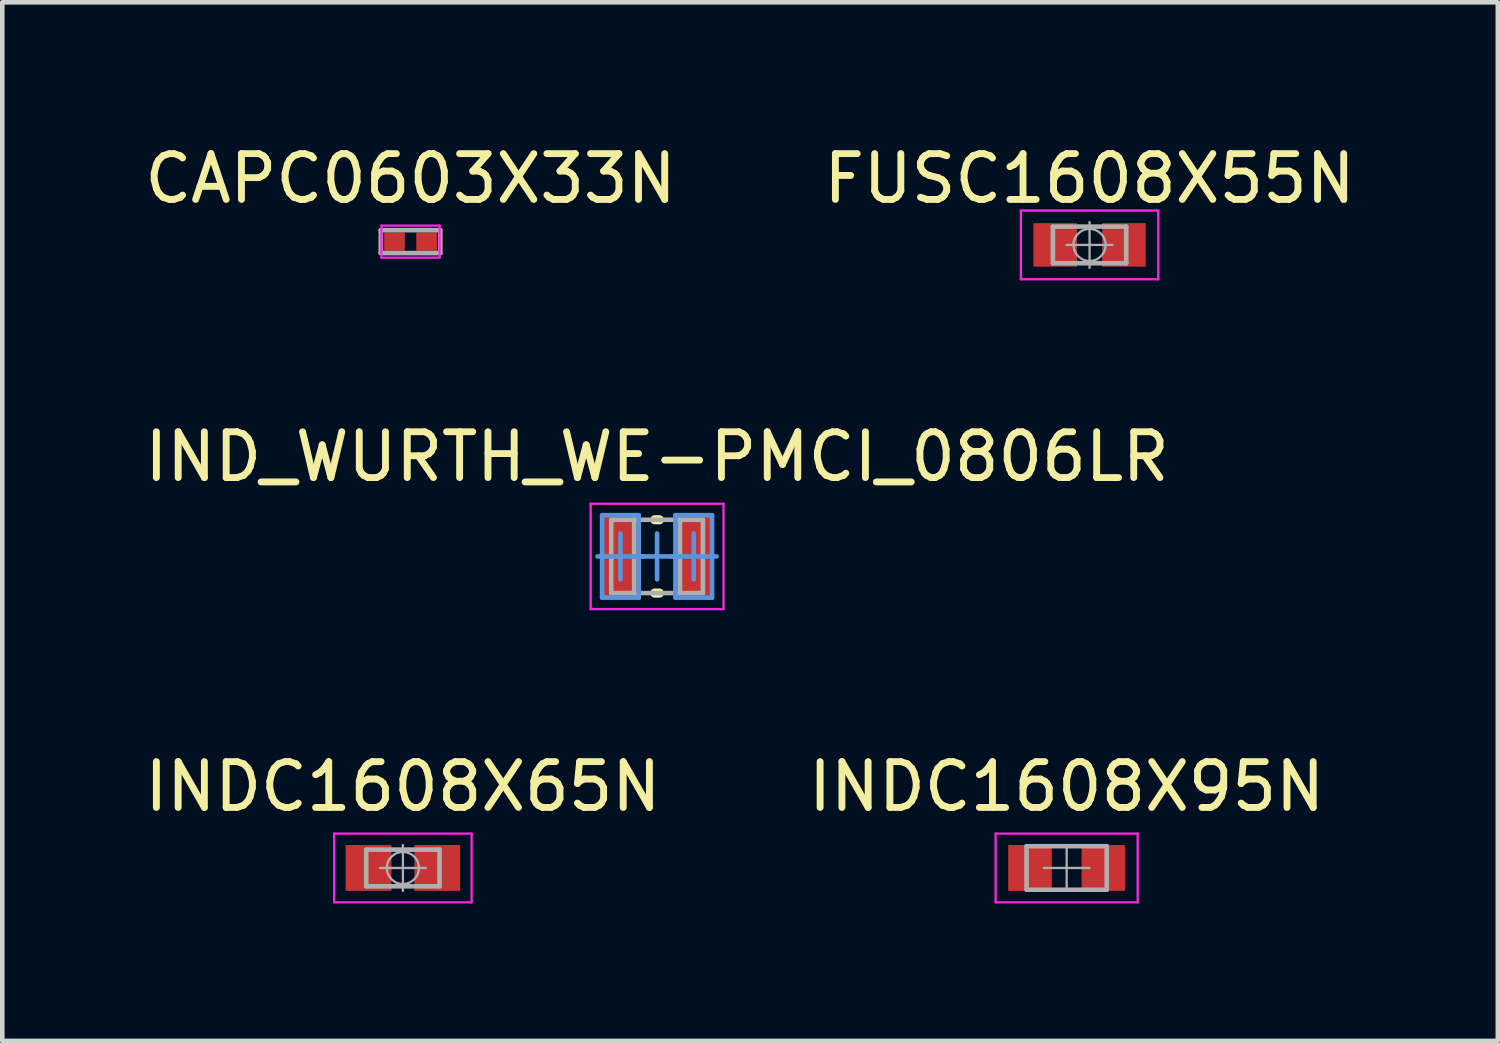
<source format=kicad_pcb>
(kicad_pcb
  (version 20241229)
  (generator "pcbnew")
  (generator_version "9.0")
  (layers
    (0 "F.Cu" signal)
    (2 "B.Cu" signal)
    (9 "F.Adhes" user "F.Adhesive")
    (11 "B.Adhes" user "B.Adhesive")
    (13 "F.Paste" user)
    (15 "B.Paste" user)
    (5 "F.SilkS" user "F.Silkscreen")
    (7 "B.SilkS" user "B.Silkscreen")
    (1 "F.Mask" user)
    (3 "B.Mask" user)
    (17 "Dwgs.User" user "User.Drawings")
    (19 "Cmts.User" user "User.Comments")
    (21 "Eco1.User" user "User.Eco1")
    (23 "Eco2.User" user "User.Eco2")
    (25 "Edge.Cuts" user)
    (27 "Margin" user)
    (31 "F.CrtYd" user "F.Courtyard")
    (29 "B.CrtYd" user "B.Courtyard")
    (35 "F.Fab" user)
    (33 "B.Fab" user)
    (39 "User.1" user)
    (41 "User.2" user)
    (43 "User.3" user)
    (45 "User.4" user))
  (footprint "FUSC1608X55N"
    (layer "F.Cu")
    (at 20.732 2.296)
    (property "Reference" "FUSC1608X55N" (at 0 -1.448 0) (layer "F.SilkS") (effects (font (size 1 1) (thickness 0.15))))
    (attr smd)
    (fp_line (start -1.5 -0.75) (end 1.5 -0.75) (stroke (width 0.05) (type solid)) (layer "F.CrtYd"))
    (fp_line (start -1.5 0.75) (end -1.5 -0.75) (stroke (width 0.05) (type solid)) (layer "F.CrtYd"))
    (fp_line (start -1.5 0.75) (end 1.5 0.75) (stroke (width 0.05) (type solid)) (layer "F.CrtYd"))
    (fp_line (start 1.5 0.75) (end 1.5 -0.75) (stroke (width 0.05) (type solid)) (layer "F.CrtYd"))
    (fp_line (start -0.8 -0.4) (end 0.8 -0.4) (stroke (width 0.1) (type solid)) (layer "F.Fab"))
    (fp_line (start -0.8 0.4) (end -0.8 -0.4) (stroke (width 0.1) (type solid)) (layer "F.Fab"))
    (fp_line (start -0.8 0.4) (end 0.8 0.4) (stroke (width 0.1) (type solid)) (layer "F.Fab"))
    (fp_line (start -0.5 0) (end 0.5 0) (stroke (width 0.05) (type solid)) (layer "F.Fab"))
    (fp_line (start 0 0.5) (end 0 -0.5) (stroke (width 0.05) (type solid)) (layer "F.Fab"))
    (fp_line (start 0.8 0.4) (end 0.8 -0.4) (stroke (width 0.1) (type solid)) (layer "F.Fab"))
    (fp_circle (center 0 0) (end 0.35 0) (stroke (width 0.05) (type solid)) (fill no) (layer "F.Fab"))
    (pad "1" smd rect (at -0.75 0) (size 0.95 0.95) (layers "F.Cu" "F.Mask" "F.Paste"))
    (pad "2" smd rect (at 0.75 0) (size 0.95 0.95) (layers "F.Cu" "F.Mask" "F.Paste")))
  (footprint "INDC1608X65N"
    (layer "F.Cu")
    (at 5.744 15.895)
    (property "Reference" "INDC1608X65N" (at 0 -1.776 0) (layer "F.SilkS") (effects (font (size 1 1) (thickness 0.15))))
    (attr smd)
    (fp_line (start -1.5 -0.75) (end 1.5 -0.75) (stroke (width 0.05) (type solid)) (layer "F.CrtYd"))
    (fp_line (start -1.5 0.75) (end -1.5 -0.75) (stroke (width 0.05) (type solid)) (layer "F.CrtYd"))
    (fp_line (start -1.5 0.75) (end 1.5 0.75) (stroke (width 0.05) (type solid)) (layer "F.CrtYd"))
    (fp_line (start 1.5 0.75) (end 1.5 -0.75) (stroke (width 0.05) (type solid)) (layer "F.CrtYd"))
    (fp_line (start -0.8 -0.4) (end 0.8 -0.4) (stroke (width 0.1) (type solid)) (layer "F.Fab"))
    (fp_line (start -0.8 0.4) (end -0.8 -0.4) (stroke (width 0.1) (type solid)) (layer "F.Fab"))
    (fp_line (start -0.8 0.4) (end 0.8 0.4) (stroke (width 0.1) (type solid)) (layer "F.Fab"))
    (fp_line (start -0.5 0) (end 0.5 0) (stroke (width 0.05) (type solid)) (layer "F.Fab"))
    (fp_line (start 0 0.5) (end 0 -0.5) (stroke (width 0.05) (type solid)) (layer "F.Fab"))
    (fp_line (start 0.8 0.4) (end 0.8 -0.4) (stroke (width 0.1) (type solid)) (layer "F.Fab"))
    (fp_circle (center 0 0) (end 0.35 0) (stroke (width 0.05) (type solid)) (fill no) (layer "F.Fab"))
    (pad "1" smd rect (at -0.75 0) (size 1 1) (layers "F.Cu" "F.Mask" "F.Paste"))
    (pad "2" smd rect (at 0.75 0) (size 1 1) (layers "F.Cu" "F.Mask" "F.Paste")))
  (footprint "CAPC0603X33N"
    (layer "F.Cu")
    (at 5.911 2.224)
    (property "Reference" "CAPC0603X33N" (at 0 -1.376 0) (layer "F.SilkS") (effects (font (size 1 1) (thickness 0.15))))
    (attr smd)
    (fp_line (start -0.635 -0.35) (end 0.635 -0.35) (stroke (width 0.05) (type solid)) (layer "F.CrtYd"))
    (fp_line (start -0.635 0.35) (end -0.635 -0.35) (stroke (width 0.05) (type solid)) (layer "F.CrtYd"))
    (fp_line (start -0.635 0.35) (end 0.635 0.35) (stroke (width 0.05) (type solid)) (layer "F.CrtYd"))
    (fp_line (start 0.635 0.35) (end 0.635 -0.35) (stroke (width 0.05) (type solid)) (layer "F.CrtYd"))
    (fp_line (start -0.65 -0.25) (end 0.65 -0.25) (stroke (width 0.1) (type solid)) (layer "F.Fab"))
    (fp_line (start -0.65 0.25) (end -0.65 -0.25) (stroke (width 0.1) (type solid)) (layer "F.Fab"))
    (fp_line (start -0.65 0.25) (end 0.65 0.25) (stroke (width 0.1) (type solid)) (layer "F.Fab"))
    (fp_line (start 0.65 0.25) (end 0.65 -0.25) (stroke (width 0.1) (type solid)) (layer "F.Fab"))
    (pad "1" smd rect (at -0.35 0) (size 0.45 0.4) (layers "F.Cu" "F.Mask" "F.Paste"))
    (pad "2" smd rect (at 0.35 0) (size 0.45 0.4) (layers "F.Cu" "F.Mask" "F.Paste")))
  (footprint "INDC1608X95N"
    (layer "F.Cu")
    (at 20.232 15.895)
    (property "Reference" "INDC1608X95N" (at 0 -1.776 0) (layer "F.SilkS") (effects (font (size 1 1) (thickness 0.15))))
    (attr smd)
    (fp_line (start -1.55 -0.75) (end 1.55 -0.75) (stroke (width 0.05) (type solid)) (layer "F.CrtYd"))
    (fp_line (start -1.55 0.75) (end -1.55 -0.75) (stroke (width 0.05) (type solid)) (layer "F.CrtYd"))
    (fp_line (start -1.55 0.75) (end 1.55 0.75) (stroke (width 0.05) (type solid)) (layer "F.CrtYd"))
    (fp_line (start 1.55 0.75) (end 1.55 -0.75) (stroke (width 0.05) (type solid)) (layer "F.CrtYd"))
    (fp_line (start -0.875 -0.475) (end 0.875 -0.475) (stroke (width 0.1) (type solid)) (layer "F.Fab"))
    (fp_line (start -0.875 0.475) (end -0.875 -0.475) (stroke (width 0.1) (type solid)) (layer "F.Fab"))
    (fp_line (start -0.875 0.475) (end 0.875 0.475) (stroke (width 0.1) (type solid)) (layer "F.Fab"))
    (fp_line (start -0.5 0) (end 0.5 0) (stroke (width 0.05) (type solid)) (layer "F.Fab"))
    (fp_line (start 0 0.5) (end 0 -0.5) (stroke (width 0.05) (type solid)) (layer "F.Fab"))
    (fp_line (start 0.875 0.475) (end 0.875 -0.475) (stroke (width 0.1) (type solid)) (layer "F.Fab"))
    (pad "1" smd rect (at -0.8 0 90) (size 1 0.95) (layers "F.Cu" "F.Mask" "F.Paste"))
    (pad "2" smd rect (at 0.8 0 90) (size 1 0.95) (layers "F.Cu" "F.Mask" "F.Paste")))
  (footprint "IND_WURTH_WE-PMCI_0806LR"
    (layer "F.Cu")
    (at 11.292 9.095)
    (property "Reference" "IND_WURTH_WE-PMCI_0806LR" (at 0 -2.176 0) (layer "F.SilkS") (effects (font (size 1 1) (thickness 0.15))))
    (attr smd)
    (fp_line (start -0.05 -0.8) (end 0.05 -0.8) (stroke (width 0.2) (type solid)) (layer "F.SilkS"))
    (fp_line (start -0.05 0.8) (end 0.05 0.8) (stroke (width 0.2) (type solid)) (layer "F.SilkS"))
    (fp_line (start -1.3 0) (end -0.8 0) (stroke (width 0.1) (type solid)) (layer "Cmts.User"))
    (fp_line (start -1.2 -0.9) (end -0.4 -0.9) (stroke (width 0.1) (type solid)) (layer "Cmts.User"))
    (fp_line (start -1.2 0.9) (end -1.2 -0.9) (stroke (width 0.1) (type solid)) (layer "Cmts.User"))
    (fp_line (start -1.2 0.9) (end -0.4 0.9) (stroke (width 0.1) (type solid)) (layer "Cmts.User"))
    (fp_line (start -0.8 0) (end -0.8 -0.5) (stroke (width 0.1) (type solid)) (layer "Cmts.User"))
    (fp_line (start -0.8 0) (end -0.3 0) (stroke (width 0.1) (type solid)) (layer "Cmts.User"))
    (fp_line (start -0.8 0.5) (end -0.8 0) (stroke (width 0.1) (type solid)) (layer "Cmts.User"))
    (fp_line (start -0.5 0) (end 0 0) (stroke (width 0.1) (type solid)) (layer "Cmts.User"))
    (fp_line (start -0.4 0.9) (end -0.4 -0.9) (stroke (width 0.1) (type solid)) (layer "Cmts.User"))
    (fp_line (start 0 0) (end 0 -0.5) (stroke (width 0.1) (type solid)) (layer "Cmts.User"))
    (fp_line (start 0 0) (end 0.5 0) (stroke (width 0.1) (type solid)) (layer "Cmts.User"))
    (fp_line (start 0 0.5) (end 0 0) (stroke (width 0.1) (type solid)) (layer "Cmts.User"))
    (fp_line (start 0.3 0) (end 0.8 0) (stroke (width 0.1) (type solid)) (layer "Cmts.User"))
    (fp_line (start 0.4 -0.9) (end 1.2 -0.9) (stroke (width 0.1) (type solid)) (layer "Cmts.User"))
    (fp_line (start 0.4 0.9) (end 0.4 -0.9) (stroke (width 0.1) (type solid)) (layer "Cmts.User"))
    (fp_line (start 0.4 0.9) (end 1.2 0.9) (stroke (width 0.1) (type solid)) (layer "Cmts.User"))
    (fp_line (start 0.8 0) (end 0.8 -0.5) (stroke (width 0.1) (type solid)) (layer "Cmts.User"))
    (fp_line (start 0.8 0) (end 1.3 0) (stroke (width 0.1) (type solid)) (layer "Cmts.User"))
    (fp_line (start 0.8 0.5) (end 0.8 0) (stroke (width 0.1) (type solid)) (layer "Cmts.User"))
    (fp_line (start 1.2 0.9) (end 1.2 -0.9) (stroke (width 0.1) (type solid)) (layer "Cmts.User"))
    (fp_line (start -1.45 -1.15) (end 1.45 -1.15) (stroke (width 0.05) (type solid)) (layer "F.CrtYd"))
    (fp_line (start -1.45 1.15) (end -1.45 -1.15) (stroke (width 0.05) (type solid)) (layer "F.CrtYd"))
    (fp_line (start -1.45 1.15) (end 1.45 1.15) (stroke (width 0.05) (type solid)) (layer "F.CrtYd"))
    (fp_line (start 1.45 1.15) (end 1.45 -1.15) (stroke (width 0.05) (type solid)) (layer "F.CrtYd"))
    (fp_line (start -1 -0.8) (end -0.5 -0.8) (stroke (width 0.1) (type solid)) (layer "F.Fab"))
    (fp_line (start -1 0.8) (end -1 -0.8) (stroke (width 0.1) (type solid)) (layer "F.Fab"))
    (fp_line (start -1 0.8) (end -0.5 0.8) (stroke (width 0.1) (type solid)) (layer "F.Fab"))
    (fp_line (start -0.5 -0.8) (end 0.5 -0.8) (stroke (width 0.1) (type solid)) (layer "F.Fab"))
    (fp_line (start -0.5 0.8) (end -0.5 -0.8) (stroke (width 0.1) (type solid)) (layer "F.Fab"))
    (fp_line (start -0.5 0.8) (end 0.5 0.8) (stroke (width 0.1) (type solid)) (layer "F.Fab"))
    (fp_line (start 0.5 -0.8) (end 1 -0.8) (stroke (width 0.1) (type solid)) (layer "F.Fab"))
    (fp_line (start 0.5 0.8) (end 0.5 -0.8) (stroke (width 0.1) (type solid)) (layer "F.Fab"))
    (fp_line (start 0.5 0.8) (end 1 0.8) (stroke (width 0.1) (type solid)) (layer "F.Fab"))
    (fp_line (start 1 0.8) (end 1 -0.8) (stroke (width 0.1) (type solid)) (layer "F.Fab"))
    (pad "1" smd rect (at -0.8 0) (size 0.8 1.8) (layers "F.Cu" "F.Mask" "F.Paste"))
    (pad "2" smd rect (at 0.8 0) (size 0.8 1.8) (layers "F.Cu" "F.Mask" "F.Paste")))
  (gr_rect
    (start -3 -3)
    (end 29.643 19.67)
    (stroke (width 0.1) (type default))
    (fill no)
    (layer "Edge.Cuts")))
</source>
